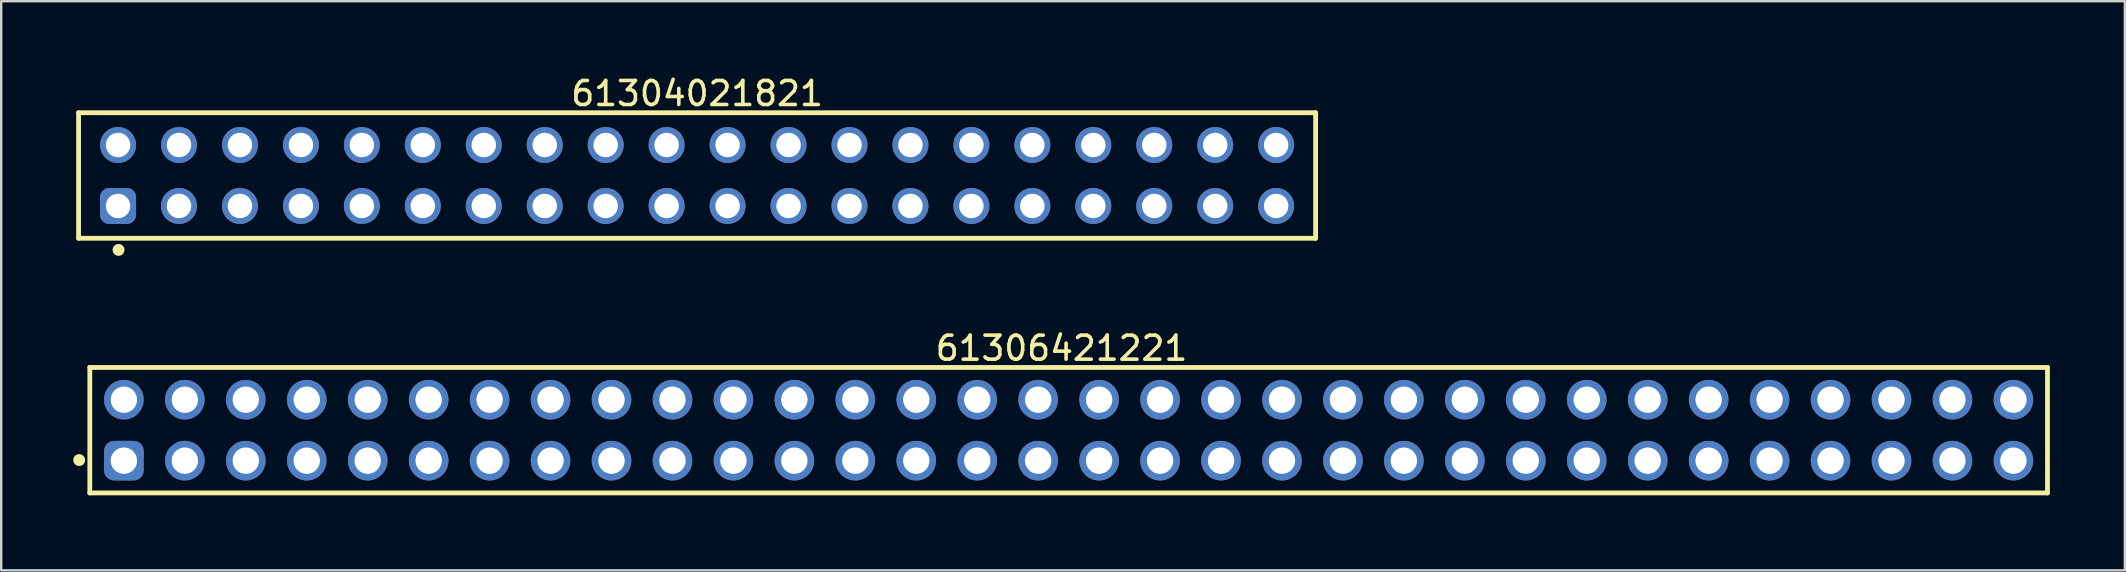
<source format=kicad_pcb>
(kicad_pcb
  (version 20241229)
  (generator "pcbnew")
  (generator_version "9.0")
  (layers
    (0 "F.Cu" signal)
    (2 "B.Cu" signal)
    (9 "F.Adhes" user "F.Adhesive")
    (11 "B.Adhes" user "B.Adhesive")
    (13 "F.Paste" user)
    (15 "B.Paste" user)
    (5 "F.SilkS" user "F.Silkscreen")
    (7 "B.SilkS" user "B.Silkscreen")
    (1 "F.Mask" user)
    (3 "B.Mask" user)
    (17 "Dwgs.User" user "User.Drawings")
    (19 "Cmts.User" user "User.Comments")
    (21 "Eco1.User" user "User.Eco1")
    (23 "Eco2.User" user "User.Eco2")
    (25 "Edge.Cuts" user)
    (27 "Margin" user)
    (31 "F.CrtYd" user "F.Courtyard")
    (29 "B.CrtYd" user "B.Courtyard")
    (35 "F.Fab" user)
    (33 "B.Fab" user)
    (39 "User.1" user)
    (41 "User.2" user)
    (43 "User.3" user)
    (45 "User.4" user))
  (footprint "61304021821"
    (layer "F.Cu")
    (at 26 4.263)
    (property "Reference" "61304021821" (at 0 -3.415 0) (layer "F.SilkS") (effects (font (size 1 1) (thickness 0.15))))
    (fp_line (start -25.775 -2.615) (end 25.775 -2.615) (stroke (width 0.2) (type solid)) (layer "F.SilkS"))
    (fp_line (start -25.775 2.615) (end -25.775 -2.615) (stroke (width 0.2) (type solid)) (layer "F.SilkS"))
    (fp_line (start -25.775 2.615) (end 25.775 2.615) (stroke (width 0.2) (type solid)) (layer "F.SilkS"))
    (fp_line (start 25.775 2.615) (end 25.775 -2.615) (stroke (width 0.2) (type solid)) (layer "F.SilkS"))
    (fp_circle (center -24.11 3.1) (end -24.11 2.975) (stroke (width 0.25) (type solid)) (fill no) (layer "F.SilkS"))
    (fp_line (start -25.975 -2.815) (end 25.975 -2.815) (stroke (width 0.05) (type solid)) (layer "Eco2.User"))
    (fp_line (start -25.975 2.815) (end -25.975 -2.815) (stroke (width 0.05) (type solid)) (layer "Eco2.User"))
    (fp_line (start -25.975 2.815) (end 25.975 2.815) (stroke (width 0.05) (type solid)) (layer "Eco2.User"))
    (fp_line (start -25.65 -2.54) (end 25.65 -2.54) (stroke (width 0.1) (type solid)) (layer "Eco2.User"))
    (fp_line (start -25.65 2.54) (end -25.65 -2.54) (stroke (width 0.1) (type solid)) (layer "Eco2.User"))
    (fp_line (start -25.65 2.54) (end 25.65 2.54) (stroke (width 0.1) (type solid)) (layer "Eco2.User"))
    (fp_line (start -0.5 0) (end 0.5 0) (stroke (width 0.05) (type solid)) (layer "Eco2.User"))
    (fp_line (start 0 0.5) (end 0 -0.5) (stroke (width 0.05) (type solid)) (layer "Eco2.User"))
    (fp_line (start 25.65 2.54) (end 25.65 -2.54) (stroke (width 0.1) (type solid)) (layer "Eco2.User"))
    (fp_line (start 25.975 2.815) (end 25.975 -2.815) (stroke (width 0.05) (type solid)) (layer "Eco2.User"))
    (fp_text user "${REFERENCE}" (at 0.15 -0.197 0) (unlocked yes) (layer "User.3") (effects (font (size 1.5 1.5) (thickness 0.15))))
    (pad "1" thru_hole roundrect (at -24.13 1.27) (size 1.5 1.5) (drill 1.02) (layers "*.Cu" "*.Mask") (roundrect_rratio 0.25))
    (pad "2" thru_hole circle (at -24.13 -1.27) (size 1.5 1.5) (drill 1.02) (layers "*.Cu" "*.Mask"))
    (pad "3" thru_hole circle (at -21.59 1.27) (size 1.5 1.5) (drill 1.02) (layers "*.Cu" "*.Mask"))
    (pad "4" thru_hole circle (at -21.59 -1.27) (size 1.5 1.5) (drill 1.02) (layers "*.Cu" "*.Mask"))
    (pad "5" thru_hole circle (at -19.05 1.27) (size 1.5 1.5) (drill 1.02) (layers "*.Cu" "*.Mask"))
    (pad "6" thru_hole circle (at -19.05 -1.27) (size 1.5 1.5) (drill 1.02) (layers "*.Cu" "*.Mask"))
    (pad "7" thru_hole circle (at -16.51 1.27) (size 1.5 1.5) (drill 1.02) (layers "*.Cu" "*.Mask"))
    (pad "8" thru_hole circle (at -16.51 -1.27) (size 1.5 1.5) (drill 1.02) (layers "*.Cu" "*.Mask"))
    (pad "9" thru_hole circle (at -13.97 1.27) (size 1.5 1.5) (drill 1.02) (layers "*.Cu" "*.Mask"))
    (pad "10" thru_hole circle (at -13.97 -1.27) (size 1.5 1.5) (drill 1.02) (layers "*.Cu" "*.Mask"))
    (pad "11" thru_hole circle (at -11.43 1.27) (size 1.5 1.5) (drill 1.02) (layers "*.Cu" "*.Mask"))
    (pad "12" thru_hole circle (at -11.43 -1.27) (size 1.5 1.5) (drill 1.02) (layers "*.Cu" "*.Mask"))
    (pad "13" thru_hole circle (at -8.89 1.27) (size 1.5 1.5) (drill 1.02) (layers "*.Cu" "*.Mask"))
    (pad "14" thru_hole circle (at -8.89 -1.27) (size 1.5 1.5) (drill 1.02) (layers "*.Cu" "*.Mask"))
    (pad "15" thru_hole circle (at -6.35 1.27) (size 1.5 1.5) (drill 1.02) (layers "*.Cu" "*.Mask"))
    (pad "16" thru_hole circle (at -6.35 -1.27) (size 1.5 1.5) (drill 1.02) (layers "*.Cu" "*.Mask"))
    (pad "17" thru_hole circle (at -3.81 1.27) (size 1.5 1.5) (drill 1.02) (layers "*.Cu" "*.Mask"))
    (pad "18" thru_hole circle (at -3.81 -1.27) (size 1.5 1.5) (drill 1.02) (layers "*.Cu" "*.Mask"))
    (pad "19" thru_hole circle (at -1.27 1.27) (size 1.5 1.5) (drill 1.02) (layers "*.Cu" "*.Mask"))
    (pad "20" thru_hole circle (at -1.27 -1.27) (size 1.5 1.5) (drill 1.02) (layers "*.Cu" "*.Mask"))
    (pad "21" thru_hole circle (at 1.27 1.27) (size 1.5 1.5) (drill 1.02) (layers "*.Cu" "*.Mask"))
    (pad "22" thru_hole circle (at 1.27 -1.27) (size 1.5 1.5) (drill 1.02) (layers "*.Cu" "*.Mask"))
    (pad "23" thru_hole circle (at 3.81 1.27) (size 1.5 1.5) (drill 1.02) (layers "*.Cu" "*.Mask"))
    (pad "24" thru_hole circle (at 3.81 -1.27) (size 1.5 1.5) (drill 1.02) (layers "*.Cu" "*.Mask"))
    (pad "25" thru_hole circle (at 6.35 1.27) (size 1.5 1.5) (drill 1.02) (layers "*.Cu" "*.Mask"))
    (pad "26" thru_hole circle (at 6.35 -1.27) (size 1.5 1.5) (drill 1.02) (layers "*.Cu" "*.Mask"))
    (pad "27" thru_hole circle (at 8.89 1.27) (size 1.5 1.5) (drill 1.02) (layers "*.Cu" "*.Mask"))
    (pad "28" thru_hole circle (at 8.89 -1.27) (size 1.5 1.5) (drill 1.02) (layers "*.Cu" "*.Mask"))
    (pad "29" thru_hole circle (at 11.43 1.27) (size 1.5 1.5) (drill 1.02) (layers "*.Cu" "*.Mask"))
    (pad "30" thru_hole circle (at 11.43 -1.27) (size 1.5 1.5) (drill 1.02) (layers "*.Cu" "*.Mask"))
    (pad "31" thru_hole circle (at 13.97 1.27) (size 1.5 1.5) (drill 1.02) (layers "*.Cu" "*.Mask"))
    (pad "32" thru_hole circle (at 13.97 -1.27) (size 1.5 1.5) (drill 1.02) (layers "*.Cu" "*.Mask"))
    (pad "33" thru_hole circle (at 16.51 1.27) (size 1.5 1.5) (drill 1.02) (layers "*.Cu" "*.Mask"))
    (pad "34" thru_hole circle (at 16.51 -1.27) (size 1.5 1.5) (drill 1.02) (layers "*.Cu" "*.Mask"))
    (pad "35" thru_hole circle (at 19.05 1.27) (size 1.5 1.5) (drill 1.02) (layers "*.Cu" "*.Mask"))
    (pad "36" thru_hole circle (at 19.05 -1.27) (size 1.5 1.5) (drill 1.02) (layers "*.Cu" "*.Mask"))
    (pad "37" thru_hole circle (at 21.59 1.27) (size 1.5 1.5) (drill 1.02) (layers "*.Cu" "*.Mask"))
    (pad "38" thru_hole circle (at 21.59 -1.27) (size 1.5 1.5) (drill 1.02) (layers "*.Cu" "*.Mask"))
    (pad "39" thru_hole circle (at 24.13 1.27) (size 1.5 1.5) (drill 1.02) (layers "*.Cu" "*.Mask"))
    (pad "40" thru_hole circle (at 24.13 -1.27) (size 1.5 1.5) (drill 1.02) (layers "*.Cu" "*.Mask")))
  (footprint "61306421221"
    (layer "F.Cu")
    (at 41.483 14.877)
    (property "Reference" "61306421221" (at -0.297 -3.415 0) (layer "F.SilkS") (effects (font (size 1 1) (thickness 0.15))))
    (fp_line (start -40.79 -2.615) (end 40.79 -2.615) (stroke (width 0.2) (type solid)) (layer "F.SilkS"))
    (fp_line (start -40.79 2.615) (end -40.79 -2.615) (stroke (width 0.2) (type solid)) (layer "F.SilkS"))
    (fp_line (start -40.79 2.615) (end 40.79 2.615) (stroke (width 0.2) (type solid)) (layer "F.SilkS"))
    (fp_line (start 40.79 2.615) (end 40.79 -2.615) (stroke (width 0.2) (type solid)) (layer "F.SilkS"))
    (fp_circle (center -41.233 1.245) (end -41.233 1.12) (stroke (width 0.25) (type solid)) (fill no) (layer "F.SilkS"))
    (fp_line (start -40.99 -2.815) (end 40.99 -2.815) (stroke (width 0.05) (type solid)) (layer "Eco2.User"))
    (fp_line (start -40.99 2.815) (end -40.99 -2.815) (stroke (width 0.05) (type solid)) (layer "Eco2.User"))
    (fp_line (start -40.99 2.815) (end 40.99 2.815) (stroke (width 0.05) (type solid)) (layer "Eco2.User"))
    (fp_line (start -40.64 -2.54) (end 40.64 -2.54) (stroke (width 0.1) (type solid)) (layer "Eco2.User"))
    (fp_line (start -40.64 2.54) (end -40.64 -2.54) (stroke (width 0.1) (type solid)) (layer "Eco2.User"))
    (fp_line (start -40.64 2.54) (end 40.64 2.54) (stroke (width 0.1) (type solid)) (layer "Eco2.User"))
    (fp_line (start -0.5 0) (end 0.5 0) (stroke (width 0.05) (type solid)) (layer "Eco2.User"))
    (fp_line (start 0 0.5) (end 0 -0.5) (stroke (width 0.05) (type solid)) (layer "Eco2.User"))
    (fp_line (start 40.64 2.54) (end 40.64 -2.54) (stroke (width 0.1) (type solid)) (layer "Eco2.User"))
    (fp_line (start 40.99 2.815) (end 40.99 -2.815) (stroke (width 0.05) (type solid)) (layer "Eco2.User"))
    (fp_text user "${REFERENCE}" (at 0.15 -0.197 0) (unlocked yes) (layer "User.3") (effects (font (size 1.5 1.5) (thickness 0.15))))
    (pad "1" thru_hole roundrect (at -39.37 1.27) (size 1.65 1.65) (drill 1.1) (layers "*.Cu" "*.Mask") (roundrect_rratio 0.25))
    (pad "2" thru_hole circle (at -39.37 -1.27) (size 1.65 1.65) (drill 1.1) (layers "*.Cu" "*.Mask"))
    (pad "3" thru_hole circle (at -36.83 1.27) (size 1.65 1.65) (drill 1.1) (layers "*.Cu" "*.Mask"))
    (pad "4" thru_hole circle (at -36.83 -1.27) (size 1.65 1.65) (drill 1.1) (layers "*.Cu" "*.Mask"))
    (pad "5" thru_hole circle (at -34.29 1.27) (size 1.65 1.65) (drill 1.1) (layers "*.Cu" "*.Mask"))
    (pad "6" thru_hole circle (at -34.29 -1.27) (size 1.65 1.65) (drill 1.1) (layers "*.Cu" "*.Mask"))
    (pad "7" thru_hole circle (at -31.75 1.27) (size 1.65 1.65) (drill 1.1) (layers "*.Cu" "*.Mask"))
    (pad "8" thru_hole circle (at -31.75 -1.27) (size 1.65 1.65) (drill 1.1) (layers "*.Cu" "*.Mask"))
    (pad "9" thru_hole circle (at -29.21 1.27) (size 1.65 1.65) (drill 1.1) (layers "*.Cu" "*.Mask"))
    (pad "10" thru_hole circle (at -29.21 -1.27) (size 1.65 1.65) (drill 1.1) (layers "*.Cu" "*.Mask"))
    (pad "11" thru_hole circle (at -26.67 1.27) (size 1.65 1.65) (drill 1.1) (layers "*.Cu" "*.Mask"))
    (pad "12" thru_hole circle (at -26.67 -1.27) (size 1.65 1.65) (drill 1.1) (layers "*.Cu" "*.Mask"))
    (pad "13" thru_hole circle (at -24.13 1.27) (size 1.65 1.65) (drill 1.1) (layers "*.Cu" "*.Mask"))
    (pad "14" thru_hole circle (at -24.13 -1.27) (size 1.65 1.65) (drill 1.1) (layers "*.Cu" "*.Mask"))
    (pad "15" thru_hole circle (at -21.59 1.27) (size 1.65 1.65) (drill 1.1) (layers "*.Cu" "*.Mask"))
    (pad "16" thru_hole circle (at -21.59 -1.27) (size 1.65 1.65) (drill 1.1) (layers "*.Cu" "*.Mask"))
    (pad "17" thru_hole circle (at -19.05 1.27) (size 1.65 1.65) (drill 1.1) (layers "*.Cu" "*.Mask"))
    (pad "18" thru_hole circle (at -19.05 -1.27) (size 1.65 1.65) (drill 1.1) (layers "*.Cu" "*.Mask"))
    (pad "19" thru_hole circle (at -16.51 1.27) (size 1.65 1.65) (drill 1.1) (layers "*.Cu" "*.Mask"))
    (pad "20" thru_hole circle (at -16.51 -1.27) (size 1.65 1.65) (drill 1.1) (layers "*.Cu" "*.Mask"))
    (pad "21" thru_hole circle (at -13.97 1.27) (size 1.65 1.65) (drill 1.1) (layers "*.Cu" "*.Mask"))
    (pad "22" thru_hole circle (at -13.97 -1.27) (size 1.65 1.65) (drill 1.1) (layers "*.Cu" "*.Mask"))
    (pad "23" thru_hole circle (at -11.43 1.27) (size 1.65 1.65) (drill 1.1) (layers "*.Cu" "*.Mask"))
    (pad "24" thru_hole circle (at -11.43 -1.27) (size 1.65 1.65) (drill 1.1) (layers "*.Cu" "*.Mask"))
    (pad "25" thru_hole circle (at -8.89 1.27) (size 1.65 1.65) (drill 1.1) (layers "*.Cu" "*.Mask"))
    (pad "26" thru_hole circle (at -8.89 -1.27) (size 1.65 1.65) (drill 1.1) (layers "*.Cu" "*.Mask"))
    (pad "27" thru_hole circle (at -6.35 1.27) (size 1.65 1.65) (drill 1.1) (layers "*.Cu" "*.Mask"))
    (pad "28" thru_hole circle (at -6.35 -1.27) (size 1.65 1.65) (drill 1.1) (layers "*.Cu" "*.Mask"))
    (pad "29" thru_hole circle (at -3.81 1.27) (size 1.65 1.65) (drill 1.1) (layers "*.Cu" "*.Mask"))
    (pad "30" thru_hole circle (at -3.81 -1.27) (size 1.65 1.65) (drill 1.1) (layers "*.Cu" "*.Mask"))
    (pad "31" thru_hole circle (at -1.27 1.27) (size 1.65 1.65) (drill 1.1) (layers "*.Cu" "*.Mask"))
    (pad "32" thru_hole circle (at -1.27 -1.27) (size 1.65 1.65) (drill 1.1) (layers "*.Cu" "*.Mask"))
    (pad "33" thru_hole circle (at 1.27 1.27) (size 1.65 1.65) (drill 1.1) (layers "*.Cu" "*.Mask"))
    (pad "34" thru_hole circle (at 1.27 -1.27) (size 1.65 1.65) (drill 1.1) (layers "*.Cu" "*.Mask"))
    (pad "35" thru_hole circle (at 3.81 1.27) (size 1.65 1.65) (drill 1.1) (layers "*.Cu" "*.Mask"))
    (pad "36" thru_hole circle (at 3.81 -1.27) (size 1.65 1.65) (drill 1.1) (layers "*.Cu" "*.Mask"))
    (pad "37" thru_hole circle (at 6.35 1.27) (size 1.65 1.65) (drill 1.1) (layers "*.Cu" "*.Mask"))
    (pad "38" thru_hole circle (at 6.35 -1.27) (size 1.65 1.65) (drill 1.1) (layers "*.Cu" "*.Mask"))
    (pad "39" thru_hole circle (at 8.89 1.27) (size 1.65 1.65) (drill 1.1) (layers "*.Cu" "*.Mask"))
    (pad "40" thru_hole circle (at 8.89 -1.27) (size 1.65 1.65) (drill 1.1) (layers "*.Cu" "*.Mask"))
    (pad "41" thru_hole circle (at 11.43 1.27) (size 1.65 1.65) (drill 1.1) (layers "*.Cu" "*.Mask"))
    (pad "42" thru_hole circle (at 11.43 -1.27) (size 1.65 1.65) (drill 1.1) (layers "*.Cu" "*.Mask"))
    (pad "43" thru_hole circle (at 13.97 1.27) (size 1.65 1.65) (drill 1.1) (layers "*.Cu" "*.Mask"))
    (pad "44" thru_hole circle (at 13.97 -1.27) (size 1.65 1.65) (drill 1.1) (layers "*.Cu" "*.Mask"))
    (pad "45" thru_hole circle (at 16.51 1.27) (size 1.65 1.65) (drill 1.1) (layers "*.Cu" "*.Mask"))
    (pad "46" thru_hole circle (at 16.51 -1.27) (size 1.65 1.65) (drill 1.1) (layers "*.Cu" "*.Mask"))
    (pad "47" thru_hole circle (at 19.05 1.27) (size 1.65 1.65) (drill 1.1) (layers "*.Cu" "*.Mask"))
    (pad "48" thru_hole circle (at 19.05 -1.27) (size 1.65 1.65) (drill 1.1) (layers "*.Cu" "*.Mask"))
    (pad "49" thru_hole circle (at 21.59 1.27) (size 1.65 1.65) (drill 1.1) (layers "*.Cu" "*.Mask"))
    (pad "50" thru_hole circle (at 21.59 -1.27) (size 1.65 1.65) (drill 1.1) (layers "*.Cu" "*.Mask"))
    (pad "51" thru_hole circle (at 24.13 1.27) (size 1.65 1.65) (drill 1.1) (layers "*.Cu" "*.Mask"))
    (pad "52" thru_hole circle (at 24.13 -1.27) (size 1.65 1.65) (drill 1.1) (layers "*.Cu" "*.Mask"))
    (pad "53" thru_hole circle (at 26.67 1.27) (size 1.65 1.65) (drill 1.1) (layers "*.Cu" "*.Mask"))
    (pad "54" thru_hole circle (at 26.67 -1.27) (size 1.65 1.65) (drill 1.1) (layers "*.Cu" "*.Mask"))
    (pad "55" thru_hole circle (at 29.21 1.27) (size 1.65 1.65) (drill 1.1) (layers "*.Cu" "*.Mask"))
    (pad "56" thru_hole circle (at 29.21 -1.27) (size 1.65 1.65) (drill 1.1) (layers "*.Cu" "*.Mask"))
    (pad "57" thru_hole circle (at 31.75 1.27) (size 1.65 1.65) (drill 1.1) (layers "*.Cu" "*.Mask"))
    (pad "58" thru_hole circle (at 31.75 -1.27) (size 1.65 1.65) (drill 1.1) (layers "*.Cu" "*.Mask"))
    (pad "59" thru_hole circle (at 34.29 1.27) (size 1.65 1.65) (drill 1.1) (layers "*.Cu" "*.Mask"))
    (pad "60" thru_hole circle (at 34.29 -1.27) (size 1.65 1.65) (drill 1.1) (layers "*.Cu" "*.Mask"))
    (pad "61" thru_hole circle (at 36.83 1.27) (size 1.65 1.65) (drill 1.1) (layers "*.Cu" "*.Mask"))
    (pad "62" thru_hole circle (at 36.83 -1.27) (size 1.65 1.65) (drill 1.1) (layers "*.Cu" "*.Mask"))
    (pad "63" thru_hole circle (at 39.37 1.27) (size 1.65 1.65) (drill 1.1) (layers "*.Cu" "*.Mask"))
    (pad "64" thru_hole circle (at 39.37 -1.27) (size 1.65 1.65) (drill 1.1) (layers "*.Cu" "*.Mask")))
  (gr_rect
    (start -3 -3)
    (end 85.498 20.716)
    (stroke (width 0.1) (type default))
    (fill no)
    (layer "Edge.Cuts")))
</source>
